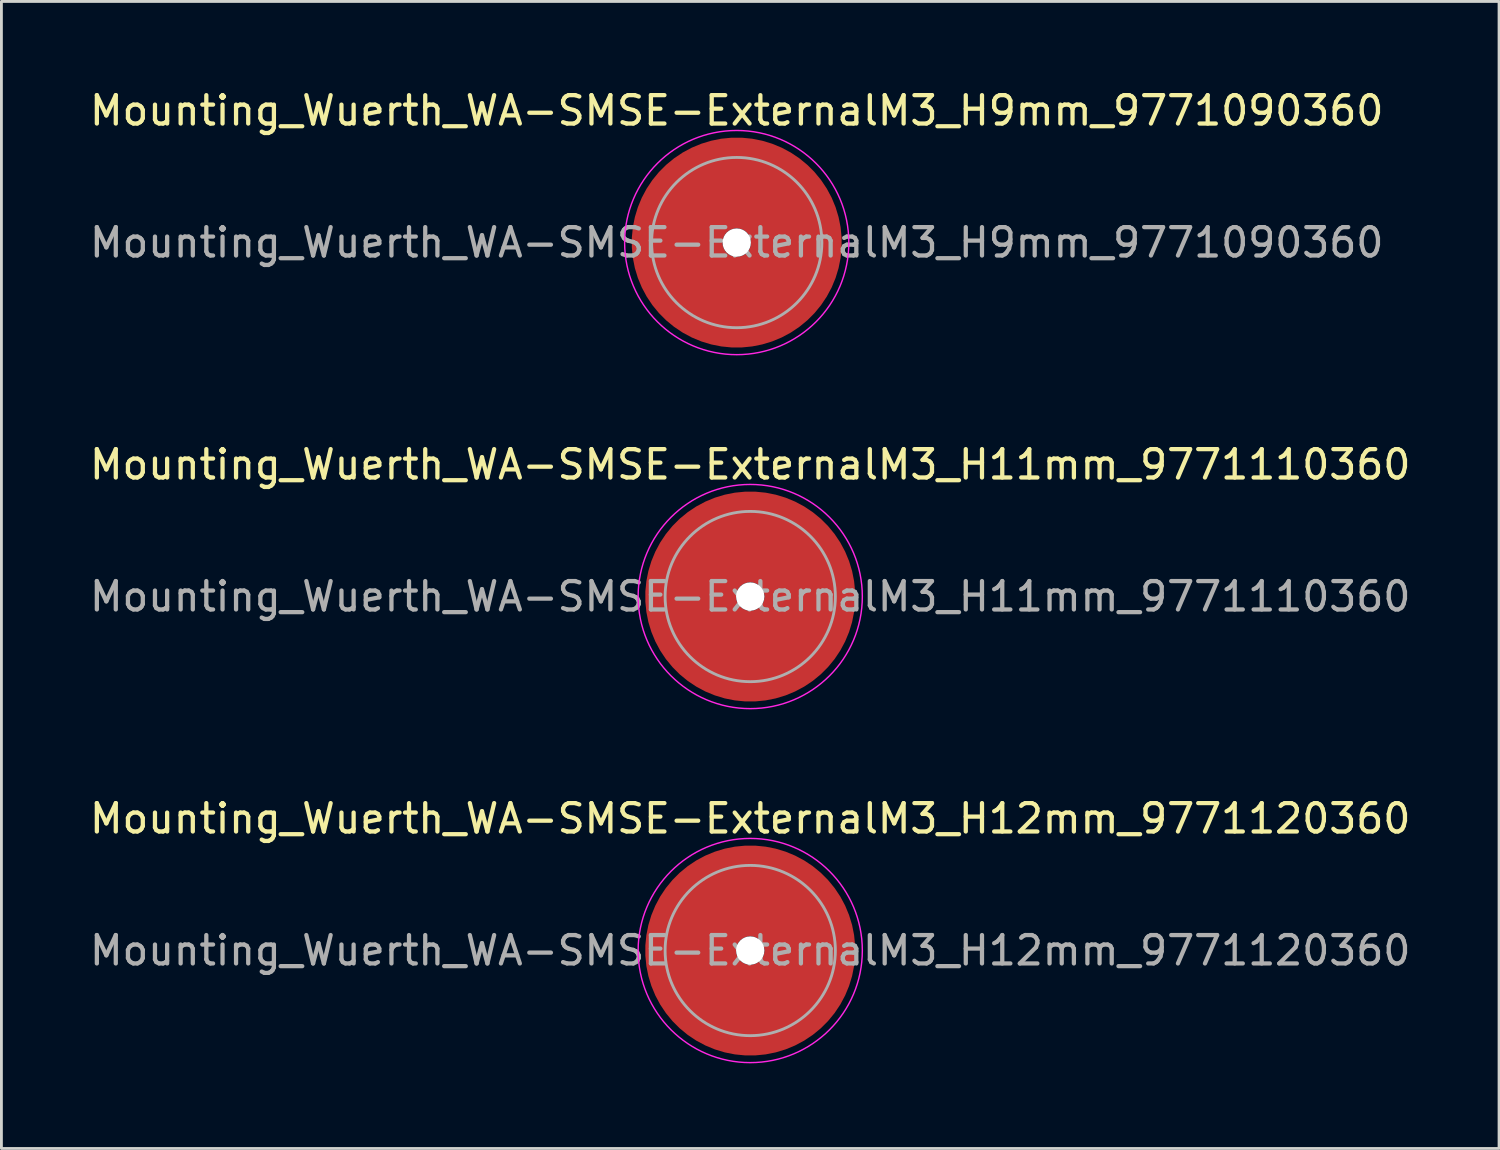
<source format=kicad_pcb>
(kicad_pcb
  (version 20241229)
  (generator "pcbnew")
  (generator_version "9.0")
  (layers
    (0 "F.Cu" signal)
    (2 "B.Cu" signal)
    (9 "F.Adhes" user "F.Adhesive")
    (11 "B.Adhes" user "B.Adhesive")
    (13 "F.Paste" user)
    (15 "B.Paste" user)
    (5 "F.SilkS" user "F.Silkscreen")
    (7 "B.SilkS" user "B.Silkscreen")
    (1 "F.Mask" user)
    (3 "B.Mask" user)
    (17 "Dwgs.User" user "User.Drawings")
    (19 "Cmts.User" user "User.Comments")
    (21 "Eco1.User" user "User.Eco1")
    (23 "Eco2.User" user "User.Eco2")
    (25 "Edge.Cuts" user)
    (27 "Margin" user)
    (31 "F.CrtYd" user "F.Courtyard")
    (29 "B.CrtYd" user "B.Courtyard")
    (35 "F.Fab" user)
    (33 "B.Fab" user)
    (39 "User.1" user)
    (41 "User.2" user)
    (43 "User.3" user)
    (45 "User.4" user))
  (footprint "Mounting_Wuerth_WA-SMSE-ExternalM3_H11mm_9771110360"
    (layer "F.Cu")
    (at 23.387 17.971)
    (property "Reference" "Mounting_Wuerth_WA-SMSE-ExternalM3_H11mm_9771110360" (at 0 -4.65 0) (layer "F.SilkS") (effects (font (size 1 1) (thickness 0.15))))
    (attr smd allow_soldermask_bridges)
    (fp_circle (center 0 0) (end 3.95 0) (stroke (width 0.05) (type solid)) (fill no) (layer "F.CrtYd"))
    (fp_circle (center 0 0) (end 3 0) (stroke (width 0.1) (type solid)) (fill no) (layer "F.Fab"))
    (fp_text user "${REFERENCE}" (at 0 0 0) (layer "F.Fab") (effects (font (size 1 1) (thickness 0.15))))
    (pad "" smd custom (at 0 -2.1) (size 1.5 1.5) (layers "F.Paste") (options (anchor circle)) (primitives (gr_arc (start -0.305123 1.47) (mid 0.371762 1.506879) (end 0.7 2.1) (width 0.2)) (gr_arc (start -0.493052 1.47) (mid 0.350399 1.380819) (end 0.8 2.1) (width 0.2)) (gr_arc (start -0.642729 1.47) (mid 0.340253 1.266797) (end 0.9 2.1) (width 0.2)) (gr_arc (start -0.776595 1.47) (mid 0.334219 1.157505) (end 1 2.1) (width 0.2)) (gr_arc (start -0.901721 1.47) (mid 0.330233 1.05074) (end 1.1 2.1) (width 0.2)) (gr_arc (start -1.021323 1.47) (mid 0.327424 0.945533) (end 1.2 2.1) (width 0.2)) (gr_arc (start -1.137146 1.47) (mid 0.325354 0.841372) (end 1.3 2.1) (width 0.2)) (gr_arc (start -1.25024 1.47) (mid 0.323778 0.737954) (end 1.4 2.1) (width 0.2)) (gr_arc (start -1.361286 1.47) (mid 0.322545 0.635089) (end 1.5 2.1) (width 0.2)) (gr_arc (start -1.470748 1.47) (mid 0.321561 0.532646) (end 1.6 2.1) (width 0.2)) (gr_arc (start -1.578955 1.47) (mid 0.320762 0.430535) (end 1.7 2.1) (width 0.2)) (gr_arc (start -1.686149 1.47) (mid 0.320102 0.328691) (end 1.8 2.1) (width 0.2)) (gr_arc (start -1.792512 1.47) (mid 0.319552 0.227065) (end 1.9 2.1) (width 0.2)) (gr_arc (start -1.898183 1.47) (mid 0.319087 0.125618) (end 2 2.1) (width 0.2)) (gr_arc (start -2.003272 1.47) (mid 0.318691 0.024323) (end 2.1 2.1) (width 0.2)) (gr_arc (start -2.107866 1.47) (mid 0.318351 -0.076845) (end 2.2 2.1) (width 0.2)) (gr_arc (start -2.212035 1.47) (mid 0.318056 -0.177903) (end 2.3 2.1) (width 0.2)) (gr_arc (start -2.315837 1.47) (mid 0.317798 -0.278866) (end 2.4 2.1) (width 0.2)) (gr_arc (start -2.419318 1.47) (mid 0.317573 -0.379747) (end 2.5 2.1) (width 0.2)) (gr_arc (start -2.522519 1.47) (mid 0.317373 -0.480557) (end 2.6 2.1) (width 0.2)) (gr_arc (start -2.625471 1.47) (mid 0.317197 -0.581303) (end 2.7 2.1) (width 0.2)) (gr_arc (start -2.728205 1.47) (mid 0.317039 -0.681993) (end 2.8 2.1) (width 0.2)) (gr_arc (start -2.830742 1.47) (mid 0.316898 -0.782633) (end 2.9 2.1) (width 0.2)) (gr_arc (start -2.933104 1.47) (mid 0.316771 -0.883229) (end 3 2.1) (width 0.2)) (gr_arc (start -3.035309 1.47) (mid 0.316656 -0.983785) (end 3.1 2.1) (width 0.2)) (gr_arc (start -3.137372 1.47) (mid 0.316553 -1.084304) (end 3.2 2.1) (width 0.2)) (gr_arc (start -3.239305 1.47) (mid 0.316458 -1.184791) (end 3.3 2.1) (width 0.2)) (gr_arc (start -3.341123 1.47) (mid 0.316373 -1.285249) (end 3.4 2.1) (width 0.2)) (gr_arc (start -3.442833 1.47) (mid 0.316294 -1.385679) (end 3.5 2.1) (width 0.2)) (gr_line (start 0.7 2.1) (end 3.5 2.1) (width 0.2)) (gr_line (start -0.305 1.47) (end -3.443 1.47) (width 0.2))))
    (pad "" np_thru_hole circle (at 0 0) (size 1 1) (drill 1) (layers "*.Cu" "*.Mask"))
    (pad "" smd custom (at 0 2.1) (size 1.5 1.5) (layers "F.Paste") (options (anchor circle)) (primitives (gr_arc (start 0.305123 -1.47) (mid -0.371762 -1.506879) (end -0.7 -2.1) (width 0.2)) (gr_arc (start 0.493052 -1.47) (mid -0.350399 -1.380819) (end -0.8 -2.1) (width 0.2)) (gr_arc (start 0.642729 -1.47) (mid -0.340253 -1.266797) (end -0.9 -2.1) (width 0.2)) (gr_arc (start 0.776595 -1.47) (mid -0.334219 -1.157505) (end -1 -2.1) (width 0.2)) (gr_arc (start 0.901721 -1.47) (mid -0.330233 -1.05074) (end -1.1 -2.1) (width 0.2)) (gr_arc (start 1.021323 -1.47) (mid -0.327424 -0.945533) (end -1.2 -2.1) (width 0.2)) (gr_arc (start 1.137146 -1.47) (mid -0.325354 -0.841372) (end -1.3 -2.1) (width 0.2)) (gr_arc (start 1.25024 -1.47) (mid -0.323778 -0.737954) (end -1.4 -2.1) (width 0.2)) (gr_arc (start 1.361286 -1.47) (mid -0.322545 -0.635089) (end -1.5 -2.1) (width 0.2)) (gr_arc (start 1.470748 -1.47) (mid -0.321561 -0.532646) (end -1.6 -2.1) (width 0.2)) (gr_arc (start 1.578955 -1.47) (mid -0.320762 -0.430535) (end -1.7 -2.1) (width 0.2)) (gr_arc (start 1.686149 -1.47) (mid -0.320102 -0.328691) (end -1.8 -2.1) (width 0.2)) (gr_arc (start 1.792512 -1.47) (mid -0.319552 -0.227065) (end -1.9 -2.1) (width 0.2)) (gr_arc (start 1.898183 -1.47) (mid -0.319087 -0.125618) (end -2 -2.1) (width 0.2)) (gr_arc (start 2.003272 -1.47) (mid -0.318691 -0.024323) (end -2.1 -2.1) (width 0.2)) (gr_arc (start 2.107866 -1.47) (mid -0.318351 0.076845) (end -2.2 -2.1) (width 0.2)) (gr_arc (start 2.212035 -1.47) (mid -0.318056 0.177903) (end -2.3 -2.1) (width 0.2)) (gr_arc (start 2.315837 -1.47) (mid -0.317798 0.278866) (end -2.4 -2.1) (width 0.2)) (gr_arc (start 2.419318 -1.47) (mid -0.317573 0.379747) (end -2.5 -2.1) (width 0.2)) (gr_arc (start 2.522519 -1.47) (mid -0.317373 0.480557) (end -2.6 -2.1) (width 0.2)) (gr_arc (start 2.625471 -1.47) (mid -0.317197 0.581303) (end -2.7 -2.1) (width 0.2)) (gr_arc (start 2.728205 -1.47) (mid -0.317039 0.681993) (end -2.8 -2.1) (width 0.2)) (gr_arc (start 2.830742 -1.47) (mid -0.316898 0.782633) (end -2.9 -2.1) (width 0.2)) (gr_arc (start 2.933104 -1.47) (mid -0.316771 0.883229) (end -3 -2.1) (width 0.2)) (gr_arc (start 3.035309 -1.47) (mid -0.316656 0.983785) (end -3.1 -2.1) (width 0.2)) (gr_arc (start 3.137372 -1.47) (mid -0.316553 1.084304) (end -3.2 -2.1) (width 0.2)) (gr_arc (start 3.239305 -1.47) (mid -0.316458 1.184791) (end -3.3 -2.1) (width 0.2)) (gr_arc (start 3.341123 -1.47) (mid -0.316373 1.285249) (end -3.4 -2.1) (width 0.2)) (gr_arc (start 3.442833 -1.47) (mid -0.316294 1.385679) (end -3.5 -2.1) (width 0.2)) (gr_line (start -0.7 -2.1) (end -3.5 -2.1) (width 0.2)) (gr_line (start 0.305 -1.47) (end 3.443 -1.47) (width 0.2))))
    (pad "1" smd circle (at -2.1 0) (size 2.692 2.692) (layers "F.Cu"))
    (pad "1" smd circle (at 0 -2.1) (size 2.692 2.692) (layers "F.Cu"))
    (pad "1" smd circle (at 0 2.1) (size 2.692 2.692) (layers "F.Cu"))
    (pad "1" smd custom (at 2.1 0) (size 3.2 3.2) (layers "F.Cu" "F.Mask") (options (anchor circle)) (primitives (gr_circle (center -2.1 0) (end 0 0) (width 3.2) (fill no)))))
  (footprint "Mounting_Wuerth_WA-SMSE-ExternalM3_H12mm_9771120360"
    (layer "F.Cu")
    (at 23.387 30.445)
    (property "Reference" "Mounting_Wuerth_WA-SMSE-ExternalM3_H12mm_9771120360" (at 0 -4.65 0) (layer "F.SilkS") (effects (font (size 1 1) (thickness 0.15))))
    (attr smd allow_soldermask_bridges)
    (fp_circle (center 0 0) (end 3.95 0) (stroke (width 0.05) (type solid)) (fill no) (layer "F.CrtYd"))
    (fp_circle (center 0 0) (end 3 0) (stroke (width 0.1) (type solid)) (fill no) (layer "F.Fab"))
    (fp_text user "${REFERENCE}" (at 0 0 0) (layer "F.Fab") (effects (font (size 1 1) (thickness 0.15))))
    (pad "" smd custom (at 0 -2.1) (size 1.5 1.5) (layers "F.Paste") (options (anchor circle)) (primitives (gr_arc (start -0.305123 1.47) (mid 0.371762 1.506879) (end 0.7 2.1) (width 0.2)) (gr_arc (start -0.493052 1.47) (mid 0.350399 1.380819) (end 0.8 2.1) (width 0.2)) (gr_arc (start -0.642729 1.47) (mid 0.340253 1.266797) (end 0.9 2.1) (width 0.2)) (gr_arc (start -0.776595 1.47) (mid 0.334219 1.157505) (end 1 2.1) (width 0.2)) (gr_arc (start -0.901721 1.47) (mid 0.330233 1.05074) (end 1.1 2.1) (width 0.2)) (gr_arc (start -1.021323 1.47) (mid 0.327424 0.945533) (end 1.2 2.1) (width 0.2)) (gr_arc (start -1.137146 1.47) (mid 0.325354 0.841372) (end 1.3 2.1) (width 0.2)) (gr_arc (start -1.25024 1.47) (mid 0.323778 0.737954) (end 1.4 2.1) (width 0.2)) (gr_arc (start -1.361286 1.47) (mid 0.322545 0.635089) (end 1.5 2.1) (width 0.2)) (gr_arc (start -1.470748 1.47) (mid 0.321561 0.532646) (end 1.6 2.1) (width 0.2)) (gr_arc (start -1.578955 1.47) (mid 0.320762 0.430535) (end 1.7 2.1) (width 0.2)) (gr_arc (start -1.686149 1.47) (mid 0.320102 0.328691) (end 1.8 2.1) (width 0.2)) (gr_arc (start -1.792512 1.47) (mid 0.319552 0.227065) (end 1.9 2.1) (width 0.2)) (gr_arc (start -1.898183 1.47) (mid 0.319087 0.125618) (end 2 2.1) (width 0.2)) (gr_arc (start -2.003272 1.47) (mid 0.318691 0.024323) (end 2.1 2.1) (width 0.2)) (gr_arc (start -2.107866 1.47) (mid 0.318351 -0.076845) (end 2.2 2.1) (width 0.2)) (gr_arc (start -2.212035 1.47) (mid 0.318056 -0.177903) (end 2.3 2.1) (width 0.2)) (gr_arc (start -2.315837 1.47) (mid 0.317798 -0.278866) (end 2.4 2.1) (width 0.2)) (gr_arc (start -2.419318 1.47) (mid 0.317573 -0.379747) (end 2.5 2.1) (width 0.2)) (gr_arc (start -2.522519 1.47) (mid 0.317373 -0.480557) (end 2.6 2.1) (width 0.2)) (gr_arc (start -2.625471 1.47) (mid 0.317197 -0.581303) (end 2.7 2.1) (width 0.2)) (gr_arc (start -2.728205 1.47) (mid 0.317039 -0.681993) (end 2.8 2.1) (width 0.2)) (gr_arc (start -2.830742 1.47) (mid 0.316898 -0.782633) (end 2.9 2.1) (width 0.2)) (gr_arc (start -2.933104 1.47) (mid 0.316771 -0.883229) (end 3 2.1) (width 0.2)) (gr_arc (start -3.035309 1.47) (mid 0.316656 -0.983785) (end 3.1 2.1) (width 0.2)) (gr_arc (start -3.137372 1.47) (mid 0.316553 -1.084304) (end 3.2 2.1) (width 0.2)) (gr_arc (start -3.239305 1.47) (mid 0.316458 -1.184791) (end 3.3 2.1) (width 0.2)) (gr_arc (start -3.341123 1.47) (mid 0.316373 -1.285249) (end 3.4 2.1) (width 0.2)) (gr_arc (start -3.442833 1.47) (mid 0.316294 -1.385679) (end 3.5 2.1) (width 0.2)) (gr_line (start 0.7 2.1) (end 3.5 2.1) (width 0.2)) (gr_line (start -0.305 1.47) (end -3.443 1.47) (width 0.2))))
    (pad "" np_thru_hole circle (at 0 0) (size 1 1) (drill 1) (layers "*.Cu" "*.Mask"))
    (pad "" smd custom (at 0 2.1) (size 1.5 1.5) (layers "F.Paste") (options (anchor circle)) (primitives (gr_arc (start 0.305123 -1.47) (mid -0.371762 -1.506879) (end -0.7 -2.1) (width 0.2)) (gr_arc (start 0.493052 -1.47) (mid -0.350399 -1.380819) (end -0.8 -2.1) (width 0.2)) (gr_arc (start 0.642729 -1.47) (mid -0.340253 -1.266797) (end -0.9 -2.1) (width 0.2)) (gr_arc (start 0.776595 -1.47) (mid -0.334219 -1.157505) (end -1 -2.1) (width 0.2)) (gr_arc (start 0.901721 -1.47) (mid -0.330233 -1.05074) (end -1.1 -2.1) (width 0.2)) (gr_arc (start 1.021323 -1.47) (mid -0.327424 -0.945533) (end -1.2 -2.1) (width 0.2)) (gr_arc (start 1.137146 -1.47) (mid -0.325354 -0.841372) (end -1.3 -2.1) (width 0.2)) (gr_arc (start 1.25024 -1.47) (mid -0.323778 -0.737954) (end -1.4 -2.1) (width 0.2)) (gr_arc (start 1.361286 -1.47) (mid -0.322545 -0.635089) (end -1.5 -2.1) (width 0.2)) (gr_arc (start 1.470748 -1.47) (mid -0.321561 -0.532646) (end -1.6 -2.1) (width 0.2)) (gr_arc (start 1.578955 -1.47) (mid -0.320762 -0.430535) (end -1.7 -2.1) (width 0.2)) (gr_arc (start 1.686149 -1.47) (mid -0.320102 -0.328691) (end -1.8 -2.1) (width 0.2)) (gr_arc (start 1.792512 -1.47) (mid -0.319552 -0.227065) (end -1.9 -2.1) (width 0.2)) (gr_arc (start 1.898183 -1.47) (mid -0.319087 -0.125618) (end -2 -2.1) (width 0.2)) (gr_arc (start 2.003272 -1.47) (mid -0.318691 -0.024323) (end -2.1 -2.1) (width 0.2)) (gr_arc (start 2.107866 -1.47) (mid -0.318351 0.076845) (end -2.2 -2.1) (width 0.2)) (gr_arc (start 2.212035 -1.47) (mid -0.318056 0.177903) (end -2.3 -2.1) (width 0.2)) (gr_arc (start 2.315837 -1.47) (mid -0.317798 0.278866) (end -2.4 -2.1) (width 0.2)) (gr_arc (start 2.419318 -1.47) (mid -0.317573 0.379747) (end -2.5 -2.1) (width 0.2)) (gr_arc (start 2.522519 -1.47) (mid -0.317373 0.480557) (end -2.6 -2.1) (width 0.2)) (gr_arc (start 2.625471 -1.47) (mid -0.317197 0.581303) (end -2.7 -2.1) (width 0.2)) (gr_arc (start 2.728205 -1.47) (mid -0.317039 0.681993) (end -2.8 -2.1) (width 0.2)) (gr_arc (start 2.830742 -1.47) (mid -0.316898 0.782633) (end -2.9 -2.1) (width 0.2)) (gr_arc (start 2.933104 -1.47) (mid -0.316771 0.883229) (end -3 -2.1) (width 0.2)) (gr_arc (start 3.035309 -1.47) (mid -0.316656 0.983785) (end -3.1 -2.1) (width 0.2)) (gr_arc (start 3.137372 -1.47) (mid -0.316553 1.084304) (end -3.2 -2.1) (width 0.2)) (gr_arc (start 3.239305 -1.47) (mid -0.316458 1.184791) (end -3.3 -2.1) (width 0.2)) (gr_arc (start 3.341123 -1.47) (mid -0.316373 1.285249) (end -3.4 -2.1) (width 0.2)) (gr_arc (start 3.442833 -1.47) (mid -0.316294 1.385679) (end -3.5 -2.1) (width 0.2)) (gr_line (start -0.7 -2.1) (end -3.5 -2.1) (width 0.2)) (gr_line (start 0.305 -1.47) (end 3.443 -1.47) (width 0.2))))
    (pad "1" smd circle (at -2.1 0) (size 2.692 2.692) (layers "F.Cu"))
    (pad "1" smd circle (at 0 -2.1) (size 2.692 2.692) (layers "F.Cu"))
    (pad "1" smd circle (at 0 2.1) (size 2.692 2.692) (layers "F.Cu"))
    (pad "1" smd custom (at 2.1 0) (size 3.2 3.2) (layers "F.Cu" "F.Mask") (options (anchor circle)) (primitives (gr_circle (center -2.1 0) (end 0 0) (width 3.2) (fill no)))))
  (footprint "Mounting_Wuerth_WA-SMSE-ExternalM3_H9mm_9771090360"
    (layer "F.Cu")
    (at 22.911 5.498)
    (property "Reference" "Mounting_Wuerth_WA-SMSE-ExternalM3_H9mm_9771090360" (at 0 -4.65 0) (layer "F.SilkS") (effects (font (size 1 1) (thickness 0.15))))
    (attr smd allow_soldermask_bridges)
    (fp_circle (center 0 0) (end 3.95 0) (stroke (width 0.05) (type solid)) (fill no) (layer "F.CrtYd"))
    (fp_circle (center 0 0) (end 3 0) (stroke (width 0.1) (type solid)) (fill no) (layer "F.Fab"))
    (fp_text user "${REFERENCE}" (at 0 0 0) (layer "F.Fab") (effects (font (size 1 1) (thickness 0.15))))
    (pad "" smd custom (at 0 -2.1) (size 1.5 1.5) (layers "F.Paste") (options (anchor circle)) (primitives (gr_arc (start -0.305123 1.47) (mid 0.371762 1.506879) (end 0.7 2.1) (width 0.2)) (gr_arc (start -0.493052 1.47) (mid 0.350399 1.380819) (end 0.8 2.1) (width 0.2)) (gr_arc (start -0.642729 1.47) (mid 0.340253 1.266797) (end 0.9 2.1) (width 0.2)) (gr_arc (start -0.776595 1.47) (mid 0.334219 1.157505) (end 1 2.1) (width 0.2)) (gr_arc (start -0.901721 1.47) (mid 0.330233 1.05074) (end 1.1 2.1) (width 0.2)) (gr_arc (start -1.021323 1.47) (mid 0.327424 0.945533) (end 1.2 2.1) (width 0.2)) (gr_arc (start -1.137146 1.47) (mid 0.325354 0.841372) (end 1.3 2.1) (width 0.2)) (gr_arc (start -1.25024 1.47) (mid 0.323778 0.737954) (end 1.4 2.1) (width 0.2)) (gr_arc (start -1.361286 1.47) (mid 0.322545 0.635089) (end 1.5 2.1) (width 0.2)) (gr_arc (start -1.470748 1.47) (mid 0.321561 0.532646) (end 1.6 2.1) (width 0.2)) (gr_arc (start -1.578955 1.47) (mid 0.320762 0.430535) (end 1.7 2.1) (width 0.2)) (gr_arc (start -1.686149 1.47) (mid 0.320102 0.328691) (end 1.8 2.1) (width 0.2)) (gr_arc (start -1.792512 1.47) (mid 0.319552 0.227065) (end 1.9 2.1) (width 0.2)) (gr_arc (start -1.898183 1.47) (mid 0.319087 0.125618) (end 2 2.1) (width 0.2)) (gr_arc (start -2.003272 1.47) (mid 0.318691 0.024323) (end 2.1 2.1) (width 0.2)) (gr_arc (start -2.107866 1.47) (mid 0.318351 -0.076845) (end 2.2 2.1) (width 0.2)) (gr_arc (start -2.212035 1.47) (mid 0.318056 -0.177903) (end 2.3 2.1) (width 0.2)) (gr_arc (start -2.315837 1.47) (mid 0.317798 -0.278866) (end 2.4 2.1) (width 0.2)) (gr_arc (start -2.419318 1.47) (mid 0.317573 -0.379747) (end 2.5 2.1) (width 0.2)) (gr_arc (start -2.522519 1.47) (mid 0.317373 -0.480557) (end 2.6 2.1) (width 0.2)) (gr_arc (start -2.625471 1.47) (mid 0.317197 -0.581303) (end 2.7 2.1) (width 0.2)) (gr_arc (start -2.728205 1.47) (mid 0.317039 -0.681993) (end 2.8 2.1) (width 0.2)) (gr_arc (start -2.830742 1.47) (mid 0.316898 -0.782633) (end 2.9 2.1) (width 0.2)) (gr_arc (start -2.933104 1.47) (mid 0.316771 -0.883229) (end 3 2.1) (width 0.2)) (gr_arc (start -3.035309 1.47) (mid 0.316656 -0.983785) (end 3.1 2.1) (width 0.2)) (gr_arc (start -3.137372 1.47) (mid 0.316553 -1.084304) (end 3.2 2.1) (width 0.2)) (gr_arc (start -3.239305 1.47) (mid 0.316458 -1.184791) (end 3.3 2.1) (width 0.2)) (gr_arc (start -3.341123 1.47) (mid 0.316373 -1.285249) (end 3.4 2.1) (width 0.2)) (gr_arc (start -3.442833 1.47) (mid 0.316294 -1.385679) (end 3.5 2.1) (width 0.2)) (gr_line (start 0.7 2.1) (end 3.5 2.1) (width 0.2)) (gr_line (start -0.305 1.47) (end -3.443 1.47) (width 0.2))))
    (pad "" np_thru_hole circle (at 0 0) (size 1 1) (drill 1) (layers "*.Cu" "*.Mask"))
    (pad "" smd custom (at 0 2.1) (size 1.5 1.5) (layers "F.Paste") (options (anchor circle)) (primitives (gr_arc (start 0.305123 -1.47) (mid -0.371762 -1.506879) (end -0.7 -2.1) (width 0.2)) (gr_arc (start 0.493052 -1.47) (mid -0.350399 -1.380819) (end -0.8 -2.1) (width 0.2)) (gr_arc (start 0.642729 -1.47) (mid -0.340253 -1.266797) (end -0.9 -2.1) (width 0.2)) (gr_arc (start 0.776595 -1.47) (mid -0.334219 -1.157505) (end -1 -2.1) (width 0.2)) (gr_arc (start 0.901721 -1.47) (mid -0.330233 -1.05074) (end -1.1 -2.1) (width 0.2)) (gr_arc (start 1.021323 -1.47) (mid -0.327424 -0.945533) (end -1.2 -2.1) (width 0.2)) (gr_arc (start 1.137146 -1.47) (mid -0.325354 -0.841372) (end -1.3 -2.1) (width 0.2)) (gr_arc (start 1.25024 -1.47) (mid -0.323778 -0.737954) (end -1.4 -2.1) (width 0.2)) (gr_arc (start 1.361286 -1.47) (mid -0.322545 -0.635089) (end -1.5 -2.1) (width 0.2)) (gr_arc (start 1.470748 -1.47) (mid -0.321561 -0.532646) (end -1.6 -2.1) (width 0.2)) (gr_arc (start 1.578955 -1.47) (mid -0.320762 -0.430535) (end -1.7 -2.1) (width 0.2)) (gr_arc (start 1.686149 -1.47) (mid -0.320102 -0.328691) (end -1.8 -2.1) (width 0.2)) (gr_arc (start 1.792512 -1.47) (mid -0.319552 -0.227065) (end -1.9 -2.1) (width 0.2)) (gr_arc (start 1.898183 -1.47) (mid -0.319087 -0.125618) (end -2 -2.1) (width 0.2)) (gr_arc (start 2.003272 -1.47) (mid -0.318691 -0.024323) (end -2.1 -2.1) (width 0.2)) (gr_arc (start 2.107866 -1.47) (mid -0.318351 0.076845) (end -2.2 -2.1) (width 0.2)) (gr_arc (start 2.212035 -1.47) (mid -0.318056 0.177903) (end -2.3 -2.1) (width 0.2)) (gr_arc (start 2.315837 -1.47) (mid -0.317798 0.278866) (end -2.4 -2.1) (width 0.2)) (gr_arc (start 2.419318 -1.47) (mid -0.317573 0.379747) (end -2.5 -2.1) (width 0.2)) (gr_arc (start 2.522519 -1.47) (mid -0.317373 0.480557) (end -2.6 -2.1) (width 0.2)) (gr_arc (start 2.625471 -1.47) (mid -0.317197 0.581303) (end -2.7 -2.1) (width 0.2)) (gr_arc (start 2.728205 -1.47) (mid -0.317039 0.681993) (end -2.8 -2.1) (width 0.2)) (gr_arc (start 2.830742 -1.47) (mid -0.316898 0.782633) (end -2.9 -2.1) (width 0.2)) (gr_arc (start 2.933104 -1.47) (mid -0.316771 0.883229) (end -3 -2.1) (width 0.2)) (gr_arc (start 3.035309 -1.47) (mid -0.316656 0.983785) (end -3.1 -2.1) (width 0.2)) (gr_arc (start 3.137372 -1.47) (mid -0.316553 1.084304) (end -3.2 -2.1) (width 0.2)) (gr_arc (start 3.239305 -1.47) (mid -0.316458 1.184791) (end -3.3 -2.1) (width 0.2)) (gr_arc (start 3.341123 -1.47) (mid -0.316373 1.285249) (end -3.4 -2.1) (width 0.2)) (gr_arc (start 3.442833 -1.47) (mid -0.316294 1.385679) (end -3.5 -2.1) (width 0.2)) (gr_line (start -0.7 -2.1) (end -3.5 -2.1) (width 0.2)) (gr_line (start 0.305 -1.47) (end 3.443 -1.47) (width 0.2))))
    (pad "1" smd circle (at -2.1 0) (size 2.692 2.692) (layers "F.Cu"))
    (pad "1" smd circle (at 0 -2.1) (size 2.692 2.692) (layers "F.Cu"))
    (pad "1" smd circle (at 0 2.1) (size 2.692 2.692) (layers "F.Cu"))
    (pad "1" smd custom (at 2.1 0) (size 3.2 3.2) (layers "F.Cu" "F.Mask") (options (anchor circle)) (primitives (gr_circle (center -2.1 0) (end 0 0) (width 3.2) (fill no)))))
  (gr_rect
    (start -3 -3)
    (end 49.774 37.42)
    (stroke (width 0.1) (type default))
    (fill no)
    (layer "Edge.Cuts")))
</source>
